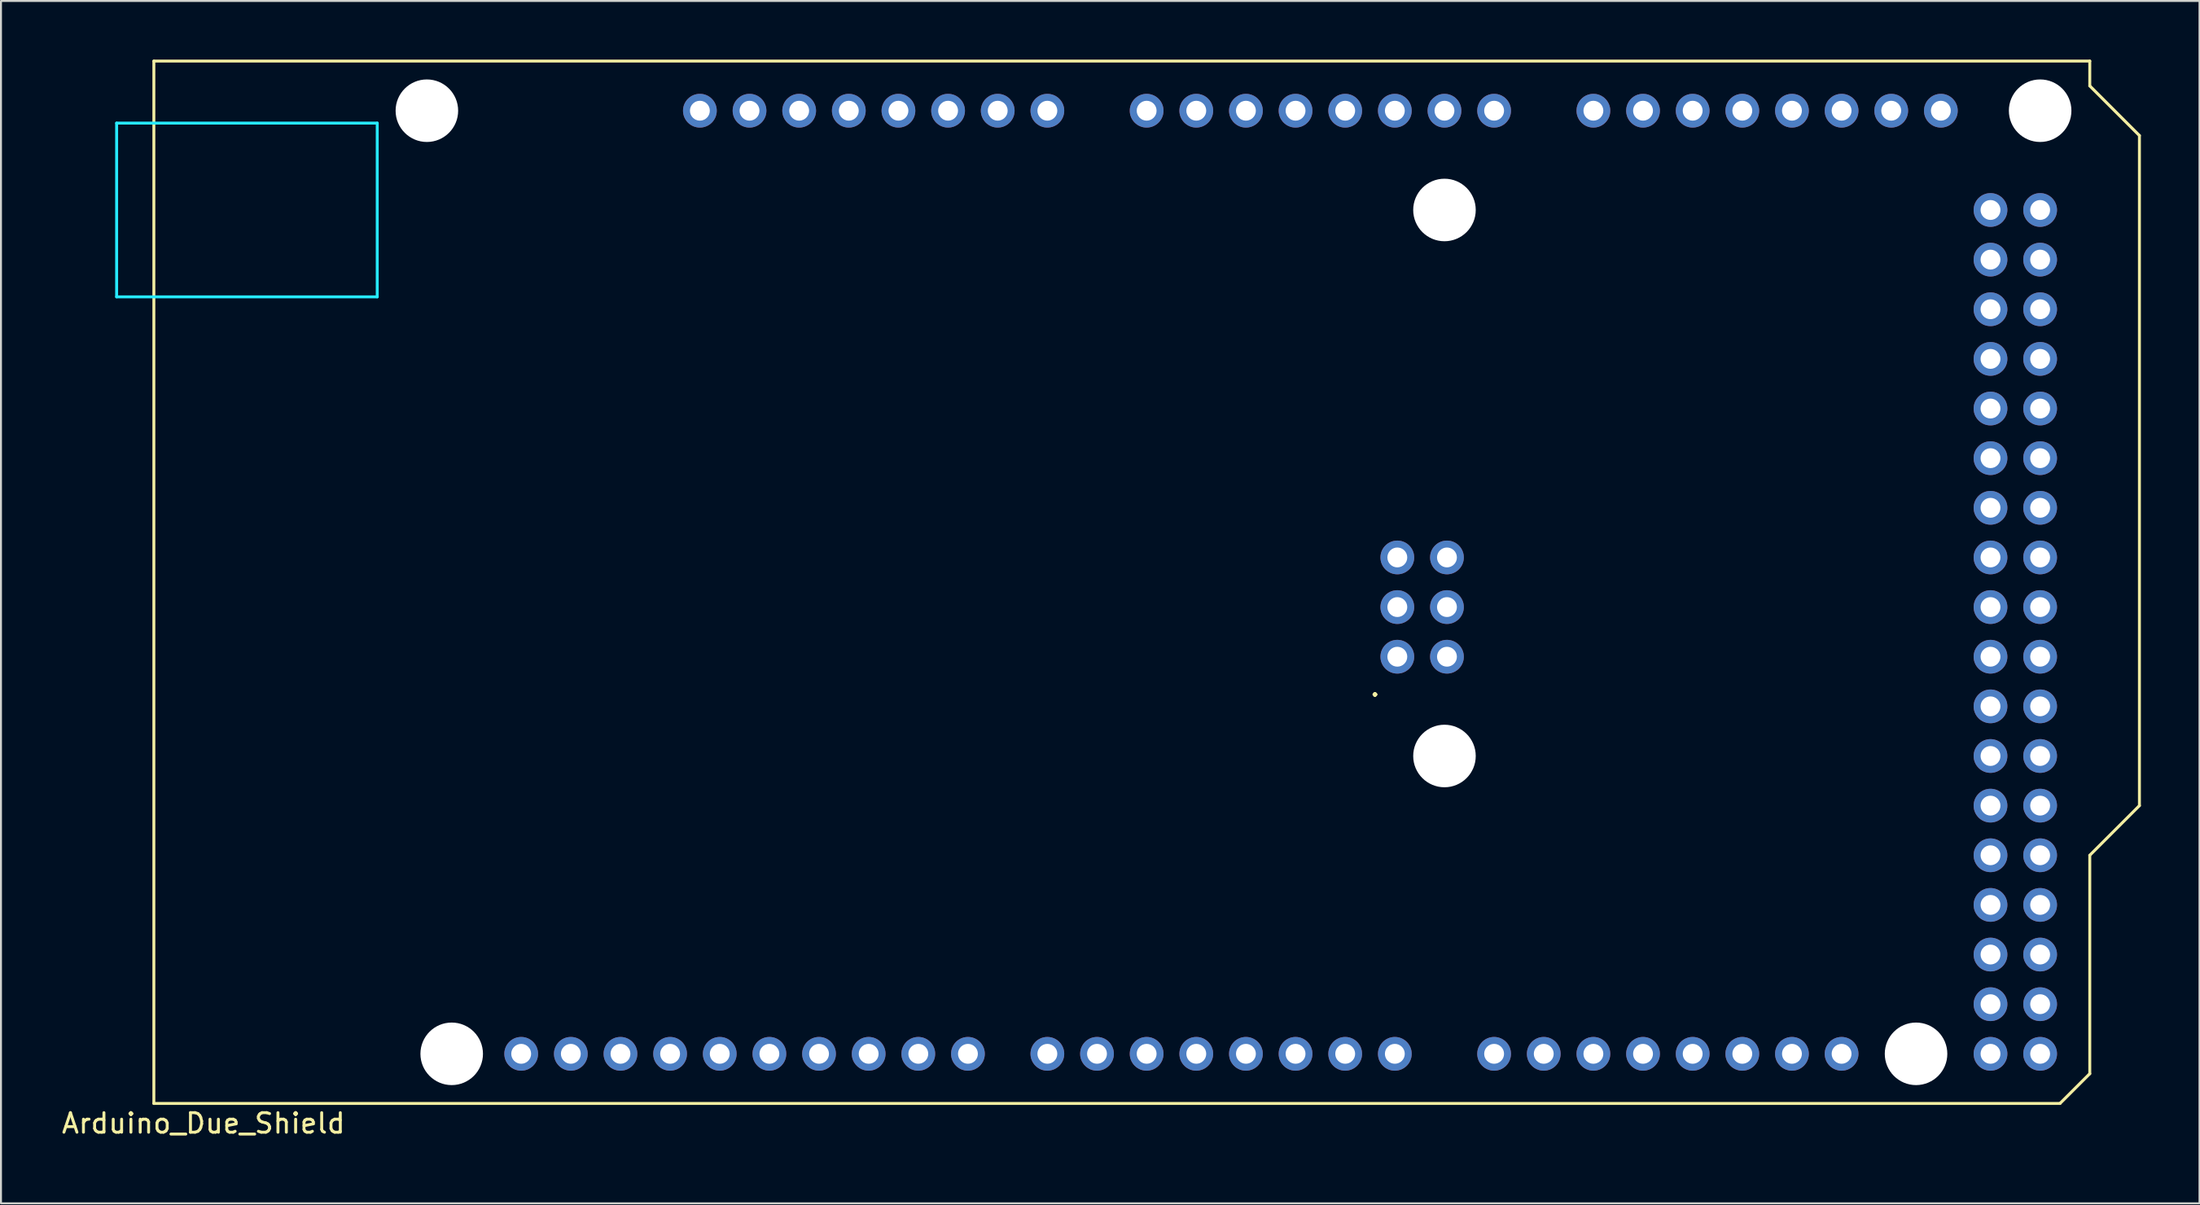
<source format=kicad_pcb>
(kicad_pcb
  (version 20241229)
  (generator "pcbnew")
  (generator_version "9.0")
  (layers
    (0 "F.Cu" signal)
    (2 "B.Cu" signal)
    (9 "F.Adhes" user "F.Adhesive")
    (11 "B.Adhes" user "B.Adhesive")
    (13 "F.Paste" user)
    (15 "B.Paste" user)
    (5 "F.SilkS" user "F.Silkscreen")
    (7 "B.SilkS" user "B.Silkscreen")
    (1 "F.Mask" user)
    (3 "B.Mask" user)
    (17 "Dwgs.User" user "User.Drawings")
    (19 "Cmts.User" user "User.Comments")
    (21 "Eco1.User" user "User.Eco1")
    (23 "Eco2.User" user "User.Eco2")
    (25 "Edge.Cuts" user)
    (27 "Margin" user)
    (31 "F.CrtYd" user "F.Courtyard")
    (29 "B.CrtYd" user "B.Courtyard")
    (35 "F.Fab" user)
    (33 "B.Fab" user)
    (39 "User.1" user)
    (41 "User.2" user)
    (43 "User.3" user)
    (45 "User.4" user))
  (footprint "Arduino_Due_Shield"
    (layer "F.Cu")
    (at 4.823 55.275)
    (property "Reference" "Arduino_Due_Shield" (at 2.54 -0.844 180) (layer "F.SilkS") (effects (font (size 1 1) (thickness 0.15))))
    (attr through_hole)
    (fp_line (start 0 -55.2) (end 99.06 -55.2) (stroke (width 0.15) (type solid)) (layer "F.SilkS"))
    (fp_line (start 0 -1.86) (end 0 -55.2) (stroke (width 0.15) (type solid)) (layer "F.SilkS"))
    (fp_line (start 0 -1.86) (end 97.536 -1.86) (stroke (width 0.15) (type solid)) (layer "F.SilkS"))
    (fp_line (start 97.536 -1.86) (end 99.06 -3.384) (stroke (width 0.15) (type solid)) (layer "F.SilkS"))
    (fp_line (start 99.06 -55.2) (end 99.06 -53.93) (stroke (width 0.15) (type solid)) (layer "F.SilkS"))
    (fp_line (start 99.06 -53.93) (end 101.6 -51.39) (stroke (width 0.15) (type solid)) (layer "F.SilkS"))
    (fp_line (start 99.06 -14.56) (end 99.06 -3.384) (stroke (width 0.15) (type solid)) (layer "F.SilkS"))
    (fp_line (start 101.6 -51.39) (end 101.6 -17.1) (stroke (width 0.15) (type solid)) (layer "F.SilkS"))
    (fp_line (start 101.6 -17.1) (end 99.06 -14.56) (stroke (width 0.15) (type solid)) (layer "F.SilkS"))
    (fp_line (start -1.905 -52.025) (end 11.43 -52.025) (stroke (width 0.15) (type solid)) (layer "B.CrtYd"))
    (fp_line (start -1.905 -43.135) (end -1.905 -52.025) (stroke (width 0.15) (type solid)) (layer "B.CrtYd"))
    (fp_line (start -1.905 -43.135) (end 11.43 -43.135) (stroke (width 0.15) (type solid)) (layer "B.CrtYd"))
    (fp_line (start 11.43 -43.135) (end 11.43 -52.025) (stroke (width 0.15) (type solid)) (layer "B.CrtYd"))
    (fp_text user "." (at 62.484 -23.196 180) (layer "F.SilkS") (effects (font (size 1 1) (thickness 0.15))))
    (pad "" np_thru_hole circle (at 13.97 -52.66 180) (size 3.2 3.2) (drill 3.2) (layers "*.Cu" "*.Mask"))
    (pad "" np_thru_hole circle (at 15.24 -4.4 180) (size 3.2 3.2) (drill 3.2) (layers "*.Cu" "*.Mask"))
    (pad "" thru_hole oval (at 27.94 -52.66 180) (size 1.727 1.727) (drill 1.016) (layers "*.Cu" "*.Mask"))
    (pad "" np_thru_hole circle (at 66.04 -47.58 180) (size 3.2 3.2) (drill 3.2) (layers "*.Cu" "*.Mask"))
    (pad "" np_thru_hole circle (at 66.04 -19.64 180) (size 3.2 3.2) (drill 3.2) (layers "*.Cu" "*.Mask"))
    (pad "" np_thru_hole circle (at 90.17 -4.4 180) (size 3.2 3.2) (drill 3.2) (layers "*.Cu" "*.Mask"))
    (pad "" np_thru_hole circle (at 96.52 -52.66 180) (size 3.2 3.2) (drill 3.2) (layers "*.Cu" "*.Mask"))
    (pad "3V3" thru_hole oval (at 35.56 -52.66 180) (size 1.727 1.727) (drill 1.016) (layers "*.Cu" "*.Mask"))
    (pad "5V1" thru_hole oval (at 38.1 -52.66 180) (size 1.727 1.727) (drill 1.016) (layers "*.Cu" "*.Mask"))
    (pad "5V2" thru_hole oval (at 66.167 -24.72 180) (size 1.727 1.727) (drill 1.016) (layers "*.Cu" "*.Mask"))
    (pad "5V3" thru_hole oval (at 93.98 -4.4 180) (size 1.727 1.727) (drill 1.016) (layers "*.Cu" "*.Mask"))
    (pad "5V4" thru_hole oval (at 96.52 -4.4 180) (size 1.727 1.727) (drill 1.016) (layers "*.Cu" "*.Mask"))
    (pad "A0" thru_hole oval (at 50.8 -52.66 180) (size 1.727 1.727) (drill 1.016) (layers "*.Cu" "*.Mask"))
    (pad "A1" thru_hole oval (at 53.34 -52.66 180) (size 1.727 1.727) (drill 1.016) (layers "*.Cu" "*.Mask"))
    (pad "A2" thru_hole oval (at 55.88 -52.66 180) (size 1.727 1.727) (drill 1.016) (layers "*.Cu" "*.Mask"))
    (pad "A3" thru_hole oval (at 58.42 -52.66 180) (size 1.727 1.727) (drill 1.016) (layers "*.Cu" "*.Mask"))
    (pad "A4" thru_hole oval (at 60.96 -52.66 180) (size 1.727 1.727) (drill 1.016) (layers "*.Cu" "*.Mask"))
    (pad "A5" thru_hole oval (at 63.5 -52.66 180) (size 1.727 1.727) (drill 1.016) (layers "*.Cu" "*.Mask"))
    (pad "A6" thru_hole oval (at 66.04 -52.66 180) (size 1.727 1.727) (drill 1.016) (layers "*.Cu" "*.Mask"))
    (pad "A7" thru_hole oval (at 68.58 -52.66 180) (size 1.727 1.727) (drill 1.016) (layers "*.Cu" "*.Mask"))
    (pad "A8" thru_hole oval (at 73.66 -52.66 180) (size 1.727 1.727) (drill 1.016) (layers "*.Cu" "*.Mask"))
    (pad "A9" thru_hole oval (at 76.2 -52.66 180) (size 1.727 1.727) (drill 1.016) (layers "*.Cu" "*.Mask"))
    (pad "A10" thru_hole oval (at 78.74 -52.66 180) (size 1.727 1.727) (drill 1.016) (layers "*.Cu" "*.Mask"))
    (pad "A11" thru_hole oval (at 81.28 -52.66 180) (size 1.727 1.727) (drill 1.016) (layers "*.Cu" "*.Mask"))
    (pad "AREF" thru_hole oval (at 23.876 -4.4 180) (size 1.727 1.727) (drill 1.016) (layers "*.Cu" "*.Mask"))
    (pad "CANR" thru_hole oval (at 88.9 -52.66 180) (size 1.727 1.727) (drill 1.016) (layers "*.Cu" "*.Mask"))
    (pad "CANT" thru_hole oval (at 91.44 -52.66 180) (size 1.727 1.727) (drill 1.016) (layers "*.Cu" "*.Mask"))
    (pad "D0" thru_hole oval (at 63.5 -4.4 180) (size 1.727 1.727) (drill 1.016) (layers "*.Cu" "*.Mask"))
    (pad "D1" thru_hole oval (at 60.96 -4.4 180) (size 1.727 1.727) (drill 1.016) (layers "*.Cu" "*.Mask"))
    (pad "D2" thru_hole oval (at 58.42 -4.4 180) (size 1.727 1.727) (drill 1.016) (layers "*.Cu" "*.Mask"))
    (pad "D3" thru_hole oval (at 55.88 -4.4 180) (size 1.727 1.727) (drill 1.016) (layers "*.Cu" "*.Mask"))
    (pad "D4" thru_hole oval (at 53.34 -4.4 180) (size 1.727 1.727) (drill 1.016) (layers "*.Cu" "*.Mask"))
    (pad "D5" thru_hole oval (at 50.8 -4.4 180) (size 1.727 1.727) (drill 1.016) (layers "*.Cu" "*.Mask"))
    (pad "D6" thru_hole oval (at 48.26 -4.4 180) (size 1.727 1.727) (drill 1.016) (layers "*.Cu" "*.Mask"))
    (pad "D7" thru_hole oval (at 45.72 -4.4 180) (size 1.727 1.727) (drill 1.016) (layers "*.Cu" "*.Mask"))
    (pad "D8" thru_hole oval (at 41.656 -4.4 180) (size 1.727 1.727) (drill 1.016) (layers "*.Cu" "*.Mask"))
    (pad "D9" thru_hole oval (at 39.116 -4.4 180) (size 1.727 1.727) (drill 1.016) (layers "*.Cu" "*.Mask"))
    (pad "D10" thru_hole oval (at 36.576 -4.4 180) (size 1.727 1.727) (drill 1.016) (layers "*.Cu" "*.Mask"))
    (pad "D11" thru_hole oval (at 34.036 -4.4 180) (size 1.727 1.727) (drill 1.016) (layers "*.Cu" "*.Mask"))
    (pad "D12" thru_hole oval (at 31.496 -4.4 180) (size 1.727 1.727) (drill 1.016) (layers "*.Cu" "*.Mask"))
    (pad "D13" thru_hole oval (at 28.956 -4.4 180) (size 1.727 1.727) (drill 1.016) (layers "*.Cu" "*.Mask"))
    (pad "D14" thru_hole oval (at 68.58 -4.4 180) (size 1.727 1.727) (drill 1.016) (layers "*.Cu" "*.Mask"))
    (pad "D15" thru_hole oval (at 71.12 -4.4 180) (size 1.727 1.727) (drill 1.016) (layers "*.Cu" "*.Mask"))
    (pad "D16" thru_hole oval (at 73.66 -4.4 180) (size 1.727 1.727) (drill 1.016) (layers "*.Cu" "*.Mask"))
    (pad "D17" thru_hole oval (at 76.2 -4.4 180) (size 1.727 1.727) (drill 1.016) (layers "*.Cu" "*.Mask"))
    (pad "D18" thru_hole oval (at 78.74 -4.4 180) (size 1.727 1.727) (drill 1.016) (layers "*.Cu" "*.Mask"))
    (pad "D19" thru_hole oval (at 81.28 -4.4 180) (size 1.727 1.727) (drill 1.016) (layers "*.Cu" "*.Mask"))
    (pad "D20" thru_hole oval (at 83.82 -4.4 180) (size 1.727 1.727) (drill 1.016) (layers "*.Cu" "*.Mask"))
    (pad "D21" thru_hole oval (at 86.36 -4.4 180) (size 1.727 1.727) (drill 1.016) (layers "*.Cu" "*.Mask"))
    (pad "D22" thru_hole oval (at 93.98 -6.94 180) (size 1.727 1.727) (drill 1.016) (layers "*.Cu" "*.Mask"))
    (pad "D23" thru_hole oval (at 96.52 -6.94 180) (size 1.727 1.727) (drill 1.016) (layers "*.Cu" "*.Mask"))
    (pad "D24" thru_hole oval (at 93.98 -9.48 180) (size 1.727 1.727) (drill 1.016) (layers "*.Cu" "*.Mask"))
    (pad "D25" thru_hole oval (at 96.52 -9.48 180) (size 1.727 1.727) (drill 1.016) (layers "*.Cu" "*.Mask"))
    (pad "D26" thru_hole oval (at 93.98 -12.02 180) (size 1.727 1.727) (drill 1.016) (layers "*.Cu" "*.Mask"))
    (pad "D27" thru_hole oval (at 96.52 -12.02 180) (size 1.727 1.727) (drill 1.016) (layers "*.Cu" "*.Mask"))
    (pad "D28" thru_hole oval (at 93.98 -14.56 180) (size 1.727 1.727) (drill 1.016) (layers "*.Cu" "*.Mask"))
    (pad "D29" thru_hole oval (at 96.52 -14.56 180) (size 1.727 1.727) (drill 1.016) (layers "*.Cu" "*.Mask"))
    (pad "D30" thru_hole oval (at 93.98 -17.1 180) (size 1.727 1.727) (drill 1.016) (layers "*.Cu" "*.Mask"))
    (pad "D31" thru_hole oval (at 96.52 -17.1 180) (size 1.727 1.727) (drill 1.016) (layers "*.Cu" "*.Mask"))
    (pad "D32" thru_hole oval (at 93.98 -19.64 180) (size 1.727 1.727) (drill 1.016) (layers "*.Cu" "*.Mask"))
    (pad "D33" thru_hole oval (at 96.52 -19.64 180) (size 1.727 1.727) (drill 1.016) (layers "*.Cu" "*.Mask"))
    (pad "D34" thru_hole oval (at 93.98 -22.18 180) (size 1.727 1.727) (drill 1.016) (layers "*.Cu" "*.Mask"))
    (pad "D35" thru_hole oval (at 96.52 -22.18 180) (size 1.727 1.727) (drill 1.016) (layers "*.Cu" "*.Mask"))
    (pad "D36" thru_hole oval (at 93.98 -24.72 180) (size 1.727 1.727) (drill 1.016) (layers "*.Cu" "*.Mask"))
    (pad "D37" thru_hole oval (at 96.52 -24.72 180) (size 1.727 1.727) (drill 1.016) (layers "*.Cu" "*.Mask"))
    (pad "D38" thru_hole oval (at 93.98 -27.26 180) (size 1.727 1.727) (drill 1.016) (layers "*.Cu" "*.Mask"))
    (pad "D39" thru_hole oval (at 96.52 -27.26 180) (size 1.727 1.727) (drill 1.016) (layers "*.Cu" "*.Mask"))
    (pad "D40" thru_hole oval (at 93.98 -29.8 180) (size 1.727 1.727) (drill 1.016) (layers "*.Cu" "*.Mask"))
    (pad "D41" thru_hole oval (at 96.52 -29.8 180) (size 1.727 1.727) (drill 1.016) (layers "*.Cu" "*.Mask"))
    (pad "D42" thru_hole oval (at 93.98 -32.34 180) (size 1.727 1.727) (drill 1.016) (layers "*.Cu" "*.Mask"))
    (pad "D43" thru_hole oval (at 96.52 -32.34 180) (size 1.727 1.727) (drill 1.016) (layers "*.Cu" "*.Mask"))
    (pad "D44" thru_hole oval (at 93.98 -34.88 180) (size 1.727 1.727) (drill 1.016) (layers "*.Cu" "*.Mask"))
    (pad "D45" thru_hole oval (at 96.52 -34.88 180) (size 1.727 1.727) (drill 1.016) (layers "*.Cu" "*.Mask"))
    (pad "D46" thru_hole oval (at 93.98 -37.42 180) (size 1.727 1.727) (drill 1.016) (layers "*.Cu" "*.Mask"))
    (pad "D47" thru_hole oval (at 96.52 -37.42 180) (size 1.727 1.727) (drill 1.016) (layers "*.Cu" "*.Mask"))
    (pad "D48" thru_hole oval (at 93.98 -39.96 180) (size 1.727 1.727) (drill 1.016) (layers "*.Cu" "*.Mask"))
    (pad "D49" thru_hole oval (at 96.52 -39.96 180) (size 1.727 1.727) (drill 1.016) (layers "*.Cu" "*.Mask"))
    (pad "D50" thru_hole oval (at 93.98 -42.5 180) (size 1.727 1.727) (drill 1.016) (layers "*.Cu" "*.Mask"))
    (pad "D51" thru_hole oval (at 96.52 -42.5 180) (size 1.727 1.727) (drill 1.016) (layers "*.Cu" "*.Mask"))
    (pad "D52" thru_hole oval (at 93.98 -45.04 180) (size 1.727 1.727) (drill 1.016) (layers "*.Cu" "*.Mask"))
    (pad "D53" thru_hole oval (at 96.52 -45.04 180) (size 1.727 1.727) (drill 1.016) (layers "*.Cu" "*.Mask"))
    (pad "DAC0" thru_hole oval (at 83.82 -52.66 180) (size 1.727 1.727) (drill 1.016) (layers "*.Cu" "*.Mask"))
    (pad "DAC1" thru_hole oval (at 86.36 -52.66 180) (size 1.727 1.727) (drill 1.016) (layers "*.Cu" "*.Mask"))
    (pad "GND1" thru_hole oval (at 26.416 -4.4 180) (size 1.727 1.727) (drill 1.016) (layers "*.Cu" "*.Mask"))
    (pad "GND2" thru_hole oval (at 40.64 -52.66 180) (size 1.727 1.727) (drill 1.016) (layers "*.Cu" "*.Mask"))
    (pad "GND3" thru_hole oval (at 43.18 -52.66 180) (size 1.727 1.727) (drill 1.016) (layers "*.Cu" "*.Mask"))
    (pad "GND4" thru_hole oval (at 66.167 -29.8 180) (size 1.727 1.727) (drill 1.016) (layers "*.Cu" "*.Mask"))
    (pad "GND5" thru_hole oval (at 93.98 -47.58 180) (size 1.727 1.727) (drill 1.016) (layers "*.Cu" "*.Mask"))
    (pad "GND6" thru_hole oval (at 96.52 -47.58 180) (size 1.727 1.727) (drill 1.016) (layers "*.Cu" "*.Mask"))
    (pad "IORF" thru_hole oval (at 30.48 -52.66 180) (size 1.727 1.727) (drill 1.016) (layers "*.Cu" "*.Mask"))
    (pad "MISO" thru_hole oval (at 63.627 -24.72 180) (size 1.727 1.727) (drill 1.016) (layers "*.Cu" "*.Mask"))
    (pad "MOSI" thru_hole oval (at 66.167 -27.26 180) (size 1.727 1.727) (drill 1.016) (layers "*.Cu" "*.Mask"))
    (pad "RST1" thru_hole oval (at 33.02 -52.66 180) (size 1.727 1.727) (drill 1.016) (layers "*.Cu" "*.Mask"))
    (pad "RST2" thru_hole oval (at 63.627 -29.8 180) (size 1.727 1.727) (drill 1.016) (layers "*.Cu" "*.Mask"))
    (pad "SCK" thru_hole oval (at 63.627 -27.26 180) (size 1.727 1.727) (drill 1.016) (layers "*.Cu" "*.Mask"))
    (pad "SCL1" thru_hole oval (at 18.796 -4.4 180) (size 1.727 1.727) (drill 1.016) (layers "*.Cu" "*.Mask"))
    (pad "SDA1" thru_hole oval (at 21.336 -4.4 180) (size 1.727 1.727) (drill 1.016) (layers "*.Cu" "*.Mask"))
    (pad "VIN" thru_hole oval (at 45.72 -52.66 180) (size 1.727 1.727) (drill 1.016) (layers "*.Cu" "*.Mask")))
  (gr_rect
    (start -3 -3)
    (end 109.498 58.525)
    (stroke (width 0.1) (type default))
    (fill no)
    (layer "Edge.Cuts")))
</source>
